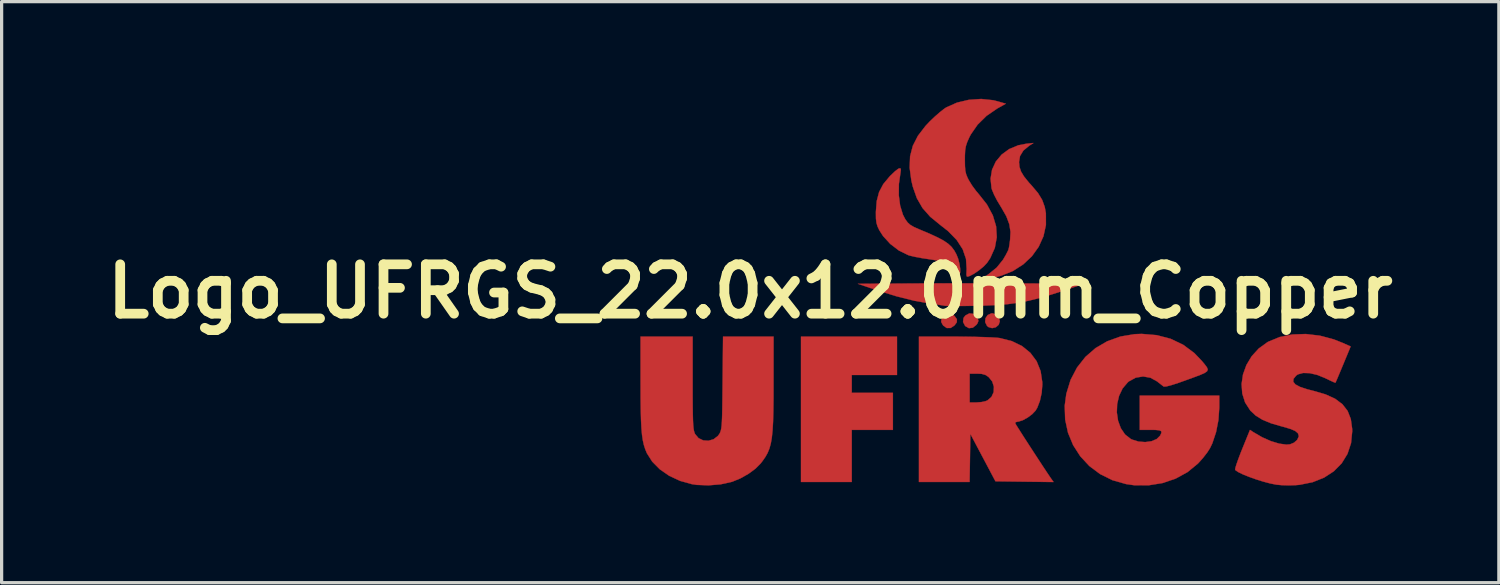
<source format=kicad_pcb>
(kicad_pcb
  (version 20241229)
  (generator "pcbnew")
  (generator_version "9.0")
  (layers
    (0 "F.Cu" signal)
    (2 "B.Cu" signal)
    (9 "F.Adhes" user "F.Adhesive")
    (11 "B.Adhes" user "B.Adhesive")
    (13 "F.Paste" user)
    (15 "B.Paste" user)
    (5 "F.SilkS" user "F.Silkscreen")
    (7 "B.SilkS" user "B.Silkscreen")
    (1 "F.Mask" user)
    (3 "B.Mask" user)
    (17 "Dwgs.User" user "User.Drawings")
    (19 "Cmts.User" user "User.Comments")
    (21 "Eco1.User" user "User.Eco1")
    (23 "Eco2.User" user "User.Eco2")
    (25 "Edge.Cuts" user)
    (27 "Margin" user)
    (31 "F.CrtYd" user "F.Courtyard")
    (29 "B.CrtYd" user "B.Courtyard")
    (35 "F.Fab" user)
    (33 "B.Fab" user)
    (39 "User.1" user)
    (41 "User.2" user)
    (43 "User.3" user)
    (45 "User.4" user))
  (footprint "Logo_UFRGS_22.0x12.0mm_Copper"
    (layer "F.Cu")
    (at 26.968 5.944)
    (property "Reference" "Logo_UFRGS_22.0x12.0mm_Copper" (at -6.858 0 0) (layer "F.SilkS") (effects (font (size 1.524 1.524) (thickness 0.3))))
    (attr exclude_from_pos_files exclude_from_bom)
    (fp_poly (pts (xy -2.328 2.582) (xy -3.725 2.582) (xy -3.725 3.133) (xy -2.455 3.133) (xy -2.455 4.276) (xy -3.725 4.276) (xy -3.725 5.884) (xy -5.292 5.884) (xy -5.292 1.397) (xy -2.328 1.397) (xy -2.328 2.582)) (stroke (width 0.01) (type solid)) (fill yes) (layer "F.Cu"))
    (fp_poly (pts (xy -0.587 0.731) (xy -0.553 0.759) (xy -0.479 0.86) (xy -0.481 0.952) (xy -0.552 1.05) (xy -0.67 1.13) (xy -0.792 1.132) (xy -0.898 1.058) (xy -0.917 1.032) (xy -0.964 0.944) (xy -0.958 0.872) (xy -0.927 0.81) (xy -0.832 0.712) (xy -0.71 0.685) (xy -0.587 0.731)) (stroke (width 0.01) (type solid)) (fill yes) (layer "F.Cu"))
    (fp_poly (pts (xy 0.027 0.693) (xy 0.133 0.784) (xy 0.162 0.832) (xy 0.186 0.91) (xy 0.155 0.989) (xy 0.123 1.033) (xy 0.012 1.122) (xy -0.108 1.136) (xy -0.219 1.073) (xy -0.226 1.066) (xy -0.289 0.945) (xy -0.275 0.822) (xy -0.219 0.747) (xy -0.095 0.68) (xy 0.027 0.693)) (stroke (width 0.01) (type solid)) (fill yes) (layer "F.Cu"))
    (fp_poly (pts (xy 0.727 0.714) (xy 0.812 0.804) (xy 0.847 0.917) (xy 0.847 0.918) (xy 0.811 1.032) (xy 0.723 1.108) (xy 0.609 1.135) (xy 0.496 1.103) (xy 0.451 1.066) (xy 0.393 0.949) (xy 0.403 0.83) (xy 0.47 0.732) (xy 0.584 0.68) (xy 0.621 0.677) (xy 0.727 0.714)) (stroke (width 0.01) (type solid)) (fill yes) (layer "F.Cu"))
    (fp_poly (pts (xy 0.363 -0.248) (xy 0.919 -0.247) (xy 1.431 -0.245) (xy 1.699 -0.244) (xy 3.441 -0.233) (xy 2.917 -0.057) (xy 2.477 0.086) (xy 2.094 0.2) (xy 1.749 0.286) (xy 1.42 0.35) (xy 1.088 0.395) (xy 0.733 0.424) (xy 0.333 0.441) (xy 0.085 0.446) (xy -0.181 0.45) (xy -0.42 0.452) (xy -0.619 0.452) (xy -0.764 0.45) (xy -0.84 0.447) (xy -0.847 0.446) (xy -0.915 0.434) (xy -1.045 0.414) (xy -1.212 0.39) (xy -1.291 0.379) (xy -1.794 0.29) (xy -2.348 0.151) (xy -2.961 -0.039) (xy -3.006 -0.054) (xy -3.535 -0.233) (xy -1.789 -0.244) (xy -1.313 -0.246) (xy -0.779 -0.248) (xy -0.212 -0.248) (xy 0.363 -0.248)) (stroke (width 0.01) (type solid)) (fill yes) (layer "F.Cu"))
    (fp_poly (pts (xy 1.753 -4.496) (xy 1.572 -4.346) (xy 1.469 -4.176) (xy 1.439 -3.993) (xy 1.453 -3.841) (xy 1.501 -3.698) (xy 1.592 -3.547) (xy 1.735 -3.369) (xy 1.832 -3.262) (xy 2.025 -3.034) (xy 2.154 -2.822) (xy 2.233 -2.604) (xy 2.268 -2.41) (xy 2.269 -2.048) (xy 2.193 -1.701) (xy 2.046 -1.377) (xy 1.836 -1.084) (xy 1.568 -0.832) (xy 1.251 -0.629) (xy 0.89 -0.484) (xy 0.725 -0.442) (xy 0.522 -0.402) (xy 0.397 -0.384) (xy 0.344 -0.392) (xy 0.36 -0.427) (xy 0.439 -0.49) (xy 0.491 -0.526) (xy 0.749 -0.734) (xy 0.945 -0.977) (xy 1.027 -1.117) (xy 1.077 -1.213) (xy 1.108 -1.278) (xy 1.126 -1.341) (xy 1.141 -1.428) (xy 1.16 -1.57) (xy 1.162 -1.582) (xy 1.176 -1.835) (xy 1.139 -2.073) (xy 1.047 -2.318) (xy 0.892 -2.59) (xy 0.868 -2.628) (xy 0.761 -2.806) (xy 0.668 -2.986) (xy 0.605 -3.137) (xy 0.59 -3.186) (xy 0.56 -3.478) (xy 0.606 -3.755) (xy 0.722 -4.006) (xy 0.901 -4.221) (xy 1.134 -4.392) (xy 1.415 -4.509) (xy 1.662 -4.557) (xy 1.884 -4.58) (xy 1.753 -4.496)) (stroke (width 0.01) (type solid)) (fill yes) (layer "F.Cu"))
    (fp_poly (pts (xy -2.209 -3.756) (xy -2.219 -3.672) (xy -2.27 -3.315) (xy -2.273 -2.966) (xy -2.231 -2.645) (xy -2.146 -2.368) (xy -2.074 -2.229) (xy -2.002 -2.129) (xy -1.92 -2.054) (xy -1.804 -1.986) (xy -1.632 -1.91) (xy -1.624 -1.907) (xy -1.313 -1.776) (xy -1.072 -1.664) (xy -0.887 -1.565) (xy -0.747 -1.469) (xy -0.642 -1.37) (xy -0.559 -1.259) (xy -0.493 -1.139) (xy -0.44 -1.006) (xy -0.402 -0.856) (xy -0.379 -0.711) (xy -0.376 -0.591) (xy -0.395 -0.519) (xy -0.415 -0.508) (xy -0.463 -0.536) (xy -0.543 -0.607) (xy -0.574 -0.639) (xy -0.706 -0.768) (xy -0.827 -0.857) (xy -0.962 -0.918) (xy -1.134 -0.961) (xy -1.367 -0.997) (xy -1.573 -1.028) (xy -1.768 -1.065) (xy -1.924 -1.101) (xy -1.982 -1.119) (xy -2.268 -1.259) (xy -2.535 -1.463) (xy -2.759 -1.708) (xy -2.872 -1.884) (xy -2.929 -2.003) (xy -2.962 -2.114) (xy -2.978 -2.245) (xy -2.98 -2.427) (xy -2.98 -2.455) (xy -2.954 -2.788) (xy -2.881 -3.066) (xy -2.752 -3.311) (xy -2.558 -3.544) (xy -2.537 -3.566) (xy -2.387 -3.709) (xy -2.285 -3.787) (xy -2.227 -3.802) (xy -2.209 -3.756)) (stroke (width 0.01) (type solid)) (fill yes) (layer "F.Cu"))
    (fp_poly (pts (xy 0.643 -5.9) (xy 0.781 -5.865) (xy 1.031 -5.793) (xy 0.759 -5.64) (xy 0.435 -5.417) (xy 0.16 -5.146) (xy -0.051 -4.842) (xy -0.097 -4.753) (xy -0.162 -4.606) (xy -0.202 -4.484) (xy -0.224 -4.357) (xy -0.232 -4.193) (xy -0.233 -4.064) (xy -0.23 -3.865) (xy -0.219 -3.724) (xy -0.193 -3.613) (xy -0.149 -3.505) (xy -0.113 -3.434) (xy -0.012 -3.269) (xy 0.115 -3.096) (xy 0.188 -3.011) (xy 0.448 -2.682) (xy 0.63 -2.346) (xy 0.731 -2.008) (xy 0.752 -1.672) (xy 0.692 -1.344) (xy 0.551 -1.028) (xy 0.454 -0.883) (xy 0.35 -0.771) (xy 0.201 -0.649) (xy 0.042 -0.54) (xy -0.092 -0.471) (xy -0.148 -0.453) (xy -0.177 -0.465) (xy -0.186 -0.522) (xy -0.181 -0.643) (xy -0.178 -0.692) (xy -0.198 -1.003) (xy -0.3 -1.3) (xy -0.484 -1.585) (xy -0.75 -1.859) (xy -0.992 -2.049) (xy -1.303 -2.303) (xy -1.541 -2.573) (xy -1.716 -2.878) (xy -1.841 -3.234) (xy -1.886 -3.426) (xy -1.938 -3.817) (xy -1.924 -4.169) (xy -1.84 -4.493) (xy -1.682 -4.802) (xy -1.447 -5.108) (xy -1.312 -5.251) (xy -1.157 -5.398) (xy -1 -5.535) (xy -0.864 -5.641) (xy -0.804 -5.68) (xy -0.476 -5.826) (xy -0.109 -5.913) (xy 0.272 -5.939) (xy 0.643 -5.9)) (stroke (width 0.01) (type solid)) (fill yes) (layer "F.Cu"))
    (fp_poly (pts (xy -0.54 1.397) (xy -0.224 1.399) (xy 0.078 1.404) (xy 0.353 1.412) (xy 0.586 1.421) (xy 0.76 1.432) (xy 0.847 1.442) (xy 1.219 1.537) (xy 1.535 1.691) (xy 1.79 1.899) (xy 1.982 2.157) (xy 2.105 2.461) (xy 2.157 2.806) (xy 2.158 2.881) (xy 2.138 3.134) (xy 2.083 3.381) (xy 2.002 3.592) (xy 1.949 3.681) (xy 1.844 3.792) (xy 1.703 3.897) (xy 1.553 3.979) (xy 1.424 4.02) (xy 1.399 4.022) (xy 1.329 4.04) (xy 1.325 4.077) (xy 1.352 4.126) (xy 1.419 4.232) (xy 1.516 4.385) (xy 1.635 4.571) (xy 1.77 4.779) (xy 1.911 4.996) (xy 2.051 5.21) (xy 2.181 5.409) (xy 2.295 5.581) (xy 2.383 5.712) (xy 2.422 5.769) (xy 2.505 5.886) (xy 1.608 5.875) (xy 0.711 5.863) (xy -0.064 4.399) (xy -0.075 5.142) (xy -0.087 5.884) (xy -1.651 5.884) (xy -1.651 2.54) (xy -0.085 2.54) (xy -0.085 3.429) (xy 0.129 3.429) (xy 0.281 3.417) (xy 0.418 3.385) (xy 0.462 3.367) (xy 0.587 3.26) (xy 0.655 3.112) (xy 0.663 2.945) (xy 0.611 2.781) (xy 0.503 2.648) (xy 0.401 2.579) (xy 0.285 2.547) (xy 0.145 2.54) (xy -0.085 2.54) (xy -1.651 2.54) (xy -1.651 1.397) (xy -0.54 1.397)) (stroke (width 0.01) (type solid)) (fill yes) (layer "F.Cu"))
    (fp_poly (pts (xy -8.636 2.826) (xy -8.636 3.217) (xy -8.634 3.533) (xy -8.631 3.783) (xy -8.626 3.976) (xy -8.619 4.121) (xy -8.609 4.227) (xy -8.596 4.305) (xy -8.579 4.362) (xy -8.562 4.403) (xy -8.456 4.53) (xy -8.311 4.6) (xy -8.148 4.611) (xy -7.989 4.565) (xy -7.855 4.461) (xy -7.812 4.402) (xy -7.789 4.358) (xy -7.77 4.308) (xy -7.755 4.243) (xy -7.743 4.153) (xy -7.734 4.029) (xy -7.727 3.862) (xy -7.722 3.643) (xy -7.718 3.361) (xy -7.714 3.009) (xy -7.712 2.826) (xy -7.698 1.397) (xy -6.138 1.397) (xy -6.139 2.847) (xy -6.14 3.314) (xy -6.145 3.706) (xy -6.154 4.031) (xy -6.17 4.3) (xy -6.193 4.521) (xy -6.225 4.703) (xy -6.268 4.856) (xy -6.323 4.99) (xy -6.392 5.112) (xy -6.476 5.233) (xy -6.534 5.309) (xy -6.697 5.473) (xy -6.916 5.634) (xy -7.164 5.774) (xy -7.415 5.877) (xy -7.43 5.881) (xy -7.772 5.957) (xy -8.146 5.988) (xy -8.511 5.974) (xy -8.662 5.951) (xy -9.024 5.85) (xy -9.358 5.695) (xy -9.649 5.494) (xy -9.884 5.257) (xy -10.051 4.993) (xy -10.054 4.986) (xy -10.102 4.868) (xy -10.142 4.743) (xy -10.174 4.601) (xy -10.199 4.432) (xy -10.217 4.227) (xy -10.23 3.977) (xy -10.238 3.671) (xy -10.243 3.301) (xy -10.244 2.857) (xy -10.244 2.805) (xy -10.245 1.397) (xy -8.636 1.397) (xy -8.636 2.826)) (stroke (width 0.01) (type solid)) (fill yes) (layer "F.Cu"))
    (fp_poly (pts (xy 5.69 1.352) (xy 6.118 1.464) (xy 6.506 1.649) (xy 6.849 1.904) (xy 7.078 2.143) (xy 7.175 2.259) (xy 7.239 2.345) (xy 7.265 2.411) (xy 7.244 2.466) (xy 7.171 2.518) (xy 7.038 2.577) (xy 6.84 2.652) (xy 6.636 2.726) (xy 6.351 2.828) (xy 6.132 2.898) (xy 5.984 2.936) (xy 5.909 2.94) (xy 5.904 2.938) (xy 5.84 2.889) (xy 5.741 2.812) (xy 5.703 2.781) (xy 5.494 2.666) (xy 5.268 2.627) (xy 5.042 2.664) (xy 4.833 2.777) (xy 4.797 2.807) (xy 4.636 2.996) (xy 4.527 3.225) (xy 4.468 3.478) (xy 4.458 3.739) (xy 4.496 3.994) (xy 4.581 4.225) (xy 4.712 4.418) (xy 4.888 4.556) (xy 4.924 4.574) (xy 5.126 4.637) (xy 5.335 4.653) (xy 5.53 4.626) (xy 5.69 4.558) (xy 5.795 4.453) (xy 5.798 4.447) (xy 5.834 4.367) (xy 5.828 4.316) (xy 5.769 4.289) (xy 5.646 4.277) (xy 5.503 4.276) (xy 5.165 4.276) (xy 5.165 3.217) (xy 7.62 3.217) (xy 7.62 3.592) (xy 7.594 3.971) (xy 7.521 4.346) (xy 7.408 4.686) (xy 7.335 4.839) (xy 7.247 4.976) (xy 7.121 5.138) (xy 6.982 5.295) (xy 6.958 5.319) (xy 6.64 5.58) (xy 6.272 5.781) (xy 5.867 5.918) (xy 5.437 5.987) (xy 4.997 5.985) (xy 4.745 5.949) (xy 4.322 5.829) (xy 3.941 5.64) (xy 3.609 5.392) (xy 3.33 5.091) (xy 3.109 4.747) (xy 2.951 4.366) (xy 2.863 3.958) (xy 2.849 3.53) (xy 2.899 3.161) (xy 3.03 2.734) (xy 3.229 2.353) (xy 3.488 2.023) (xy 3.803 1.75) (xy 4.165 1.539) (xy 4.57 1.394) (xy 5.011 1.321) (xy 5.226 1.313) (xy 5.69 1.352)) (stroke (width 0.01) (type solid)) (fill yes) (layer "F.Cu"))
    (fp_poly (pts (xy 10.726 1.368) (xy 11.16 1.484) (xy 11.429 1.591) (xy 11.676 1.701) (xy 11.446 2.256) (xy 11.363 2.455) (xy 11.292 2.624) (xy 11.239 2.749) (xy 11.209 2.814) (xy 11.206 2.821) (xy 11.166 2.808) (xy 11.07 2.765) (xy 10.935 2.701) (xy 10.891 2.679) (xy 10.645 2.579) (xy 10.412 2.525) (xy 10.208 2.519) (xy 10.049 2.562) (xy 9.995 2.599) (xy 9.913 2.699) (xy 9.904 2.789) (xy 9.969 2.872) (xy 10.112 2.949) (xy 10.335 3.023) (xy 10.522 3.07) (xy 10.897 3.179) (xy 11.196 3.315) (xy 11.422 3.485) (xy 11.583 3.692) (xy 11.681 3.942) (xy 11.722 4.24) (xy 11.724 4.321) (xy 11.688 4.686) (xy 11.578 5.017) (xy 11.399 5.308) (xy 11.157 5.553) (xy 10.857 5.749) (xy 10.505 5.89) (xy 10.105 5.971) (xy 9.97 5.983) (xy 9.765 5.989) (xy 9.552 5.983) (xy 9.378 5.967) (xy 9.377 5.966) (xy 9.19 5.929) (xy 8.976 5.872) (xy 8.754 5.803) (xy 8.54 5.726) (xy 8.351 5.65) (xy 8.206 5.579) (xy 8.12 5.521) (xy 8.11 5.508) (xy 8.116 5.456) (xy 8.15 5.341) (xy 8.208 5.177) (xy 8.283 4.979) (xy 8.326 4.872) (xy 8.568 4.277) (xy 8.676 4.348) (xy 8.944 4.504) (xy 9.215 4.624) (xy 9.47 4.701) (xy 9.692 4.731) (xy 9.804 4.722) (xy 9.928 4.671) (xy 10.027 4.582) (xy 10.074 4.48) (xy 10.075 4.465) (xy 10.051 4.384) (xy 9.973 4.315) (xy 9.831 4.251) (xy 9.616 4.186) (xy 9.564 4.173) (xy 9.224 4.075) (xy 8.956 3.965) (xy 8.746 3.836) (xy 8.58 3.681) (xy 8.576 3.675) (xy 8.417 3.429) (xy 8.33 3.154) (xy 8.309 2.861) (xy 8.353 2.564) (xy 8.458 2.274) (xy 8.62 2.004) (xy 8.836 1.766) (xy 9.104 1.571) (xy 9.136 1.553) (xy 9.486 1.409) (xy 9.876 1.331) (xy 10.293 1.317) (xy 10.726 1.368)) (stroke (width 0.01) (type solid)) (fill yes) (layer "F.Cu"))
    (fp_poly (pts (xy -8.636 2.826) (xy -8.636 3.217) (xy -8.634 3.533) (xy -8.631 3.783) (xy -8.626 3.976) (xy -8.619 4.121) (xy -8.609 4.227) (xy -8.596 4.305) (xy -8.579 4.362) (xy -8.562 4.403) (xy -8.456 4.53) (xy -8.311 4.6) (xy -8.148 4.611) (xy -7.989 4.565) (xy -7.855 4.461) (xy -7.812 4.402) (xy -7.789 4.358) (xy -7.77 4.308) (xy -7.755 4.243) (xy -7.743 4.153) (xy -7.734 4.029) (xy -7.727 3.862) (xy -7.722 3.643) (xy -7.718 3.361) (xy -7.714 3.009) (xy -7.712 2.826) (xy -7.698 1.397) (xy -6.138 1.397) (xy -6.139 2.847) (xy -6.14 3.314) (xy -6.145 3.706) (xy -6.154 4.031) (xy -6.17 4.3) (xy -6.193 4.521) (xy -6.225 4.703) (xy -6.268 4.856) (xy -6.323 4.99) (xy -6.392 5.112) (xy -6.476 5.233) (xy -6.534 5.309) (xy -6.697 5.473) (xy -6.916 5.634) (xy -7.164 5.774) (xy -7.415 5.877) (xy -7.43 5.881) (xy -7.772 5.957) (xy -8.146 5.988) (xy -8.511 5.974) (xy -8.662 5.951) (xy -9.024 5.85) (xy -9.358 5.695) (xy -9.649 5.494) (xy -9.884 5.257) (xy -10.051 4.993) (xy -10.054 4.986) (xy -10.102 4.868) (xy -10.142 4.743) (xy -10.174 4.601) (xy -10.199 4.432) (xy -10.217 4.227) (xy -10.23 3.977) (xy -10.238 3.671) (xy -10.243 3.301) (xy -10.244 2.857) (xy -10.244 2.805) (xy -10.245 1.397) (xy -8.636 1.397) (xy -8.636 2.826)) (stroke (width 0.01) (type solid)) (fill yes) (layer "F.Mask")))
  (gr_rect
    (start -3 -3)
    (end 43.219 14.938)
    (stroke (width 0.1) (type default))
    (fill no)
    (layer "Edge.Cuts")))
</source>
